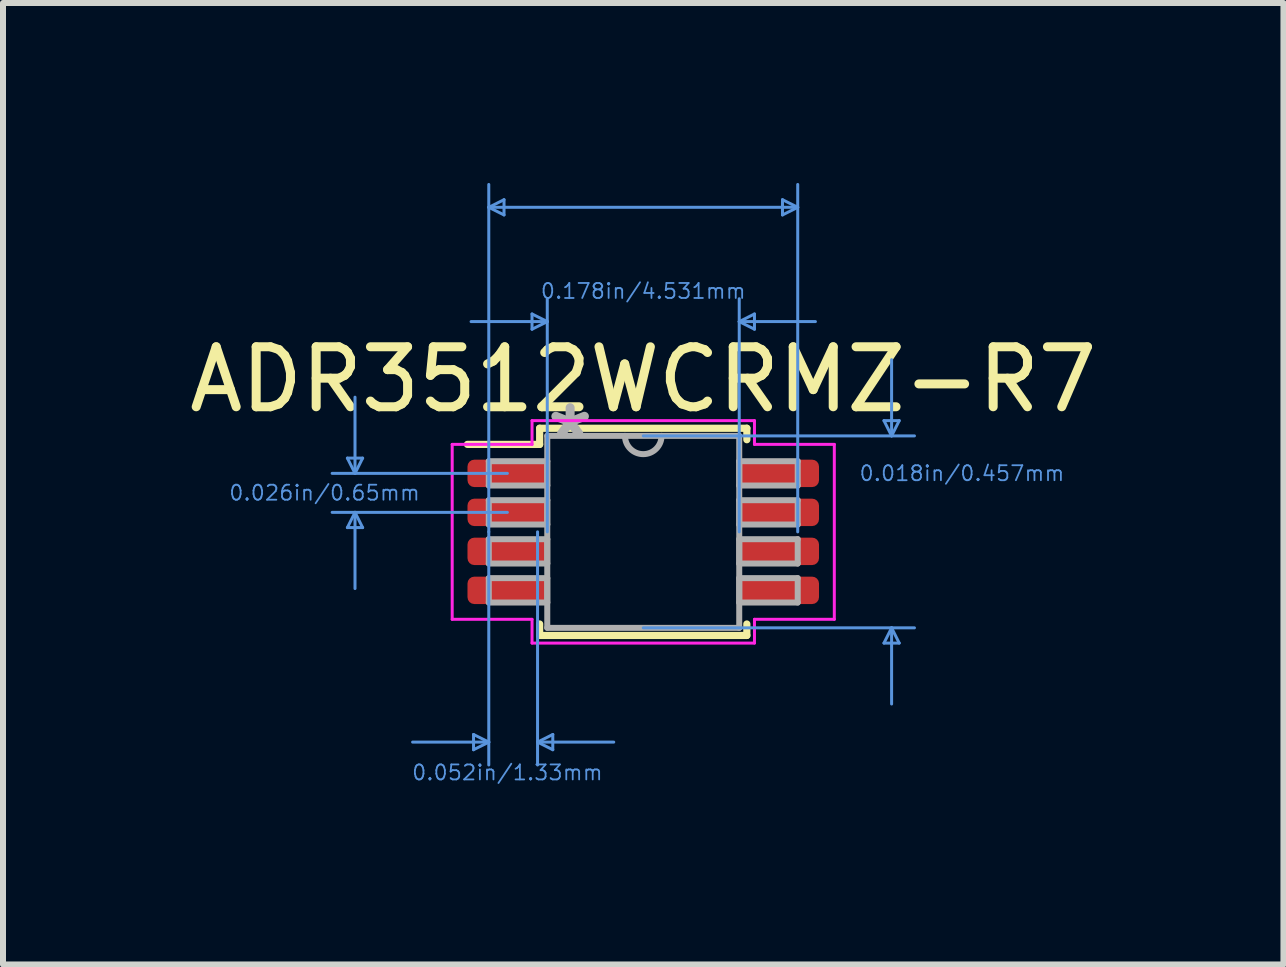
<source format=kicad_pcb>
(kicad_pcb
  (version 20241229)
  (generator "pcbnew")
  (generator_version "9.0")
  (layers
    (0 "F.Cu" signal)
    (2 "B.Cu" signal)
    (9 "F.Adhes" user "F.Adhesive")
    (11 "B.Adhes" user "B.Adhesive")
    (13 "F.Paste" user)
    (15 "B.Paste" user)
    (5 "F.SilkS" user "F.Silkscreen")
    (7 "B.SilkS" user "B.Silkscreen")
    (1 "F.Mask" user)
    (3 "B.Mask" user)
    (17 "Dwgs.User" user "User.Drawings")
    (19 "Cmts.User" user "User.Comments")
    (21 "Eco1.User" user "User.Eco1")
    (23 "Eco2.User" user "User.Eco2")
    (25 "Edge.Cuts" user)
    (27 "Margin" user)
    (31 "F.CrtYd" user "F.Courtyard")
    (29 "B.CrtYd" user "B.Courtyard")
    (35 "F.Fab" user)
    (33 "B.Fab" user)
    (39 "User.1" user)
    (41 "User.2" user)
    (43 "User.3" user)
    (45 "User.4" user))
  (footprint "ADR3512WCRMZ-R7"
    (layer "F.Cu")
    (at 7.673 5.816)
    (property "Reference" "ADR3512WCRMZ-R7" (at 0 -2.54 0) (layer "F.SilkS") (effects (font (size 1 1) (thickness 0.15))))
    (attr smd)
    (fp_line (start -2.931 -1.458) (end -1.727 -1.458) (stroke (width 0.12) (type solid)) (layer "F.SilkS"))
    (fp_line (start -1.727 -1.727) (end -1.727 -1.458) (stroke (width 0.12) (type solid)) (layer "F.SilkS"))
    (fp_line (start -1.727 1.536) (end -1.727 1.727) (stroke (width 0.12) (type solid)) (layer "F.SilkS"))
    (fp_line (start -1.727 1.727) (end 1.727 1.727) (stroke (width 0.12) (type solid)) (layer "F.SilkS"))
    (fp_line (start 1.727 -1.727) (end -1.727 -1.727) (stroke (width 0.12) (type solid)) (layer "F.SilkS"))
    (fp_line (start 1.727 -1.536) (end 1.727 -1.727) (stroke (width 0.12) (type solid)) (layer "F.SilkS"))
    (fp_line (start 1.727 1.727) (end 1.727 1.536) (stroke (width 0.12) (type solid)) (layer "F.SilkS"))
    (fp_line (start -4.932 -1.229) (end -4.678 -1.229) (stroke (width 0.05) (type solid)) (layer "Cmts.User"))
    (fp_line (start -4.932 -0.071) (end -4.678 -0.071) (stroke (width 0.05) (type solid)) (layer "Cmts.User"))
    (fp_line (start -4.805 -0.975) (end -4.932 -1.229) (stroke (width 0.05) (type solid)) (layer "Cmts.User"))
    (fp_line (start -4.805 -0.975) (end -4.805 -2.245) (stroke (width 0.05) (type solid)) (layer "Cmts.User"))
    (fp_line (start -4.805 -0.975) (end -4.678 -1.229) (stroke (width 0.05) (type solid)) (layer "Cmts.User"))
    (fp_line (start -4.805 -0.325) (end -4.932 -0.071) (stroke (width 0.05) (type solid)) (layer "Cmts.User"))
    (fp_line (start -4.805 -0.325) (end -4.805 0.945) (stroke (width 0.05) (type solid)) (layer "Cmts.User"))
    (fp_line (start -4.805 -0.325) (end -4.678 -0.071) (stroke (width 0.05) (type solid)) (layer "Cmts.User"))
    (fp_line (start -2.829 3.378) (end -2.829 3.632) (stroke (width 0.05) (type solid)) (layer "Cmts.User"))
    (fp_line (start -2.575 -5.41) (end -2.321 -5.537) (stroke (width 0.05) (type solid)) (layer "Cmts.User"))
    (fp_line (start -2.575 -5.41) (end -2.321 -5.283) (stroke (width 0.05) (type solid)) (layer "Cmts.User"))
    (fp_line (start -2.575 -5.41) (end 2.575 -5.41) (stroke (width 0.05) (type solid)) (layer "Cmts.User"))
    (fp_line (start -2.575 0) (end -2.575 -5.791) (stroke (width 0.05) (type solid)) (layer "Cmts.User"))
    (fp_line (start -2.575 0) (end -2.575 3.886) (stroke (width 0.05) (type solid)) (layer "Cmts.User"))
    (fp_line (start -2.575 3.505) (end -3.845 3.505) (stroke (width 0.05) (type solid)) (layer "Cmts.User"))
    (fp_line (start -2.575 3.505) (end -2.829 3.378) (stroke (width 0.05) (type solid)) (layer "Cmts.User"))
    (fp_line (start -2.575 3.505) (end -2.829 3.632) (stroke (width 0.05) (type solid)) (layer "Cmts.User"))
    (fp_line (start -2.321 -5.537) (end -2.321 -5.283) (stroke (width 0.05) (type solid)) (layer "Cmts.User"))
    (fp_line (start -2.265 -0.975) (end -5.186 -0.975) (stroke (width 0.05) (type solid)) (layer "Cmts.User"))
    (fp_line (start -2.265 -0.325) (end -5.186 -0.325) (stroke (width 0.05) (type solid)) (layer "Cmts.User"))
    (fp_line (start -1.854 -3.632) (end -1.854 -3.378) (stroke (width 0.05) (type solid)) (layer "Cmts.User"))
    (fp_line (start -1.762 0) (end -1.762 3.886) (stroke (width 0.05) (type solid)) (layer "Cmts.User"))
    (fp_line (start -1.762 3.505) (end -1.508 3.378) (stroke (width 0.05) (type solid)) (layer "Cmts.User"))
    (fp_line (start -1.762 3.505) (end -1.508 3.632) (stroke (width 0.05) (type solid)) (layer "Cmts.User"))
    (fp_line (start -1.762 3.505) (end -0.492 3.505) (stroke (width 0.05) (type solid)) (layer "Cmts.User"))
    (fp_line (start -1.6 -3.505) (end -2.87 -3.505) (stroke (width 0.05) (type solid)) (layer "Cmts.User"))
    (fp_line (start -1.6 -3.505) (end -1.854 -3.632) (stroke (width 0.05) (type solid)) (layer "Cmts.User"))
    (fp_line (start -1.6 -3.505) (end -1.854 -3.378) (stroke (width 0.05) (type solid)) (layer "Cmts.User"))
    (fp_line (start -1.6 0) (end -1.6 -3.886) (stroke (width 0.05) (type solid)) (layer "Cmts.User"))
    (fp_line (start -1.508 3.378) (end -1.508 3.632) (stroke (width 0.05) (type solid)) (layer "Cmts.User"))
    (fp_line (start 0 -1.6) (end 4.521 -1.6) (stroke (width 0.05) (type solid)) (layer "Cmts.User"))
    (fp_line (start 0 1.6) (end 4.521 1.6) (stroke (width 0.05) (type solid)) (layer "Cmts.User"))
    (fp_line (start 1.6 -3.505) (end 1.854 -3.632) (stroke (width 0.05) (type solid)) (layer "Cmts.User"))
    (fp_line (start 1.6 -3.505) (end 1.854 -3.378) (stroke (width 0.05) (type solid)) (layer "Cmts.User"))
    (fp_line (start 1.6 -3.505) (end 2.87 -3.505) (stroke (width 0.05) (type solid)) (layer "Cmts.User"))
    (fp_line (start 1.6 0) (end 1.6 -3.886) (stroke (width 0.05) (type solid)) (layer "Cmts.User"))
    (fp_line (start 1.854 -3.632) (end 1.854 -3.378) (stroke (width 0.05) (type solid)) (layer "Cmts.User"))
    (fp_line (start 2.321 -5.537) (end 2.321 -5.283) (stroke (width 0.05) (type solid)) (layer "Cmts.User"))
    (fp_line (start 2.575 -5.41) (end 2.321 -5.537) (stroke (width 0.05) (type solid)) (layer "Cmts.User"))
    (fp_line (start 2.575 -5.41) (end 2.321 -5.283) (stroke (width 0.05) (type solid)) (layer "Cmts.User"))
    (fp_line (start 2.575 0) (end 2.575 -5.791) (stroke (width 0.05) (type solid)) (layer "Cmts.User"))
    (fp_line (start 4.013 -1.854) (end 4.267 -1.854) (stroke (width 0.05) (type solid)) (layer "Cmts.User"))
    (fp_line (start 4.013 1.854) (end 4.267 1.854) (stroke (width 0.05) (type solid)) (layer "Cmts.User"))
    (fp_line (start 4.14 -1.6) (end 4.013 -1.854) (stroke (width 0.05) (type solid)) (layer "Cmts.User"))
    (fp_line (start 4.14 -1.6) (end 4.14 -2.87) (stroke (width 0.05) (type solid)) (layer "Cmts.User"))
    (fp_line (start 4.14 -1.6) (end 4.267 -1.854) (stroke (width 0.05) (type solid)) (layer "Cmts.User"))
    (fp_line (start 4.14 1.6) (end 4.013 1.854) (stroke (width 0.05) (type solid)) (layer "Cmts.User"))
    (fp_line (start 4.14 1.6) (end 4.14 2.87) (stroke (width 0.05) (type solid)) (layer "Cmts.User"))
    (fp_line (start 4.14 1.6) (end 4.267 1.854) (stroke (width 0.05) (type solid)) (layer "Cmts.User"))
    (fp_line (start -3.185 -1.458) (end -1.854 -1.458) (stroke (width 0.05) (type solid)) (layer "F.CrtYd"))
    (fp_line (start -3.185 1.458) (end -3.185 -1.458) (stroke (width 0.05) (type solid)) (layer "F.CrtYd"))
    (fp_line (start -1.854 -1.854) (end 1.854 -1.854) (stroke (width 0.05) (type solid)) (layer "F.CrtYd"))
    (fp_line (start -1.854 -1.458) (end -1.854 -1.854) (stroke (width 0.05) (type solid)) (layer "F.CrtYd"))
    (fp_line (start -1.854 1.458) (end -3.185 1.458) (stroke (width 0.05) (type solid)) (layer "F.CrtYd"))
    (fp_line (start -1.854 1.854) (end -1.854 1.458) (stroke (width 0.05) (type solid)) (layer "F.CrtYd"))
    (fp_line (start 1.854 -1.854) (end 1.854 -1.458) (stroke (width 0.05) (type solid)) (layer "F.CrtYd"))
    (fp_line (start 1.854 -1.458) (end 3.185 -1.458) (stroke (width 0.05) (type solid)) (layer "F.CrtYd"))
    (fp_line (start 1.854 1.458) (end 1.854 1.854) (stroke (width 0.05) (type solid)) (layer "F.CrtYd"))
    (fp_line (start 1.854 1.854) (end -1.854 1.854) (stroke (width 0.05) (type solid)) (layer "F.CrtYd"))
    (fp_line (start 3.185 -1.458) (end 3.185 1.458) (stroke (width 0.05) (type solid)) (layer "F.CrtYd"))
    (fp_line (start 3.185 1.458) (end 1.854 1.458) (stroke (width 0.05) (type solid)) (layer "F.CrtYd"))
    (fp_line (start -2.575 -1.178) (end -2.575 -0.772) (stroke (width 0.1) (type solid)) (layer "F.Fab"))
    (fp_line (start -2.575 -0.772) (end -1.6 -0.772) (stroke (width 0.1) (type solid)) (layer "F.Fab"))
    (fp_line (start -2.575 -0.528) (end -2.575 -0.122) (stroke (width 0.1) (type solid)) (layer "F.Fab"))
    (fp_line (start -2.575 -0.122) (end -1.6 -0.122) (stroke (width 0.1) (type solid)) (layer "F.Fab"))
    (fp_line (start -2.575 0.122) (end -2.575 0.528) (stroke (width 0.1) (type solid)) (layer "F.Fab"))
    (fp_line (start -2.575 0.528) (end -1.6 0.528) (stroke (width 0.1) (type solid)) (layer "F.Fab"))
    (fp_line (start -2.575 0.772) (end -2.575 1.178) (stroke (width 0.1) (type solid)) (layer "F.Fab"))
    (fp_line (start -2.575 1.178) (end -1.6 1.178) (stroke (width 0.1) (type solid)) (layer "F.Fab"))
    (fp_line (start -1.6 -1.6) (end -1.6 1.6) (stroke (width 0.1) (type solid)) (layer "F.Fab"))
    (fp_line (start -1.6 -1.178) (end -2.575 -1.178) (stroke (width 0.1) (type solid)) (layer "F.Fab"))
    (fp_line (start -1.6 -0.772) (end -1.6 -1.178) (stroke (width 0.1) (type solid)) (layer "F.Fab"))
    (fp_line (start -1.6 -0.528) (end -2.575 -0.528) (stroke (width 0.1) (type solid)) (layer "F.Fab"))
    (fp_line (start -1.6 -0.122) (end -1.6 -0.528) (stroke (width 0.1) (type solid)) (layer "F.Fab"))
    (fp_line (start -1.6 0.122) (end -2.575 0.122) (stroke (width 0.1) (type solid)) (layer "F.Fab"))
    (fp_line (start -1.6 0.528) (end -1.6 0.122) (stroke (width 0.1) (type solid)) (layer "F.Fab"))
    (fp_line (start -1.6 0.772) (end -2.575 0.772) (stroke (width 0.1) (type solid)) (layer "F.Fab"))
    (fp_line (start -1.6 1.178) (end -1.6 0.772) (stroke (width 0.1) (type solid)) (layer "F.Fab"))
    (fp_line (start -1.6 1.6) (end 1.6 1.6) (stroke (width 0.1) (type solid)) (layer "F.Fab"))
    (fp_line (start 1.6 -1.6) (end -1.6 -1.6) (stroke (width 0.1) (type solid)) (layer "F.Fab"))
    (fp_line (start 1.6 -1.178) (end 1.6 -0.772) (stroke (width 0.1) (type solid)) (layer "F.Fab"))
    (fp_line (start 1.6 -0.772) (end 2.575 -0.772) (stroke (width 0.1) (type solid)) (layer "F.Fab"))
    (fp_line (start 1.6 -0.528) (end 1.6 -0.122) (stroke (width 0.1) (type solid)) (layer "F.Fab"))
    (fp_line (start 1.6 -0.122) (end 2.575 -0.122) (stroke (width 0.1) (type solid)) (layer "F.Fab"))
    (fp_line (start 1.6 0.122) (end 1.6 0.528) (stroke (width 0.1) (type solid)) (layer "F.Fab"))
    (fp_line (start 1.6 0.528) (end 2.575 0.528) (stroke (width 0.1) (type solid)) (layer "F.Fab"))
    (fp_line (start 1.6 0.772) (end 1.6 1.178) (stroke (width 0.1) (type solid)) (layer "F.Fab"))
    (fp_line (start 1.6 1.178) (end 2.575 1.178) (stroke (width 0.1) (type solid)) (layer "F.Fab"))
    (fp_line (start 1.6 1.6) (end 1.6 -1.6) (stroke (width 0.1) (type solid)) (layer "F.Fab"))
    (fp_line (start 2.575 -1.178) (end 1.6 -1.178) (stroke (width 0.1) (type solid)) (layer "F.Fab"))
    (fp_line (start 2.575 -0.772) (end 2.575 -1.178) (stroke (width 0.1) (type solid)) (layer "F.Fab"))
    (fp_line (start 2.575 -0.528) (end 1.6 -0.528) (stroke (width 0.1) (type solid)) (layer "F.Fab"))
    (fp_line (start 2.575 -0.122) (end 2.575 -0.528) (stroke (width 0.1) (type solid)) (layer "F.Fab"))
    (fp_line (start 2.575 0.122) (end 1.6 0.122) (stroke (width 0.1) (type solid)) (layer "F.Fab"))
    (fp_line (start 2.575 0.528) (end 2.575 0.122) (stroke (width 0.1) (type solid)) (layer "F.Fab"))
    (fp_line (start 2.575 0.772) (end 1.6 0.772) (stroke (width 0.1) (type solid)) (layer "F.Fab"))
    (fp_line (start 2.575 1.178) (end 2.575 0.772) (stroke (width 0.1) (type solid)) (layer "F.Fab"))
    (fp_arc (start 0.3048 -1.6002) (mid 0 -1.2954) (end -0.3048 -1.6002) (stroke (width 0.1) (type solid)) (layer "F.Fab"))
    (fp_text user "0.018in/0.457mm" (at 5.313 -0.975 0) (layer "Cmts.User") (effects (font (size 0.25 0.25) (thickness 0.03))))
    (fp_text user "0.026in/0.65mm" (at -5.313 -0.65 0) (layer "Cmts.User") (effects (font (size 0.25 0.25) (thickness 0.03))))
    (fp_text user "0.178in/4.531mm" (at 0 -4.013 0) (layer "Cmts.User") (effects (font (size 0.25 0.25) (thickness 0.03))))
    (fp_text user "0.052in/1.33mm" (at -2.265 4.013 0) (layer "Cmts.User") (effects (font (size 0.25 0.25) (thickness 0.03))))
    (fp_text user "*" (at -1.219 -1.524 0) (layer "F.Fab") (effects (font (size 1 1) (thickness 0.15))))
    (pad "1" smd roundrect (at -2.265 -0.975) (size 1.33 0.457) (layers "F.Cu" "F.Mask" "F.Paste") (roundrect_rratio 0.25))
    (pad "2" smd roundrect (at -2.265 -0.325) (size 1.33 0.457) (layers "F.Cu" "F.Mask" "F.Paste") (roundrect_rratio 0.25))
    (pad "3" smd roundrect (at -2.265 0.325) (size 1.33 0.457) (layers "F.Cu" "F.Mask" "F.Paste") (roundrect_rratio 0.25))
    (pad "4" smd roundrect (at -2.265 0.975) (size 1.33 0.457) (layers "F.Cu" "F.Mask" "F.Paste") (roundrect_rratio 0.25))
    (pad "5" smd roundrect (at 2.265 0.975) (size 1.33 0.457) (layers "F.Cu" "F.Mask" "F.Paste") (roundrect_rratio 0.25))
    (pad "6" smd roundrect (at 2.265 0.325) (size 1.33 0.457) (layers "F.Cu" "F.Mask" "F.Paste") (roundrect_rratio 0.25))
    (pad "7" smd roundrect (at 2.265 -0.325) (size 1.33 0.457) (layers "F.Cu" "F.Mask" "F.Paste") (roundrect_rratio 0.25))
    (pad "8" smd roundrect (at 2.265 -0.975) (size 1.33 0.457) (layers "F.Cu" "F.Mask" "F.Paste") (roundrect_rratio 0.25)))
  (gr_rect
    (start -3 -3)
    (end 18.345 13.028)
    (stroke (width 0.1) (type default))
    (fill no)
    (layer "Edge.Cuts")))
</source>
